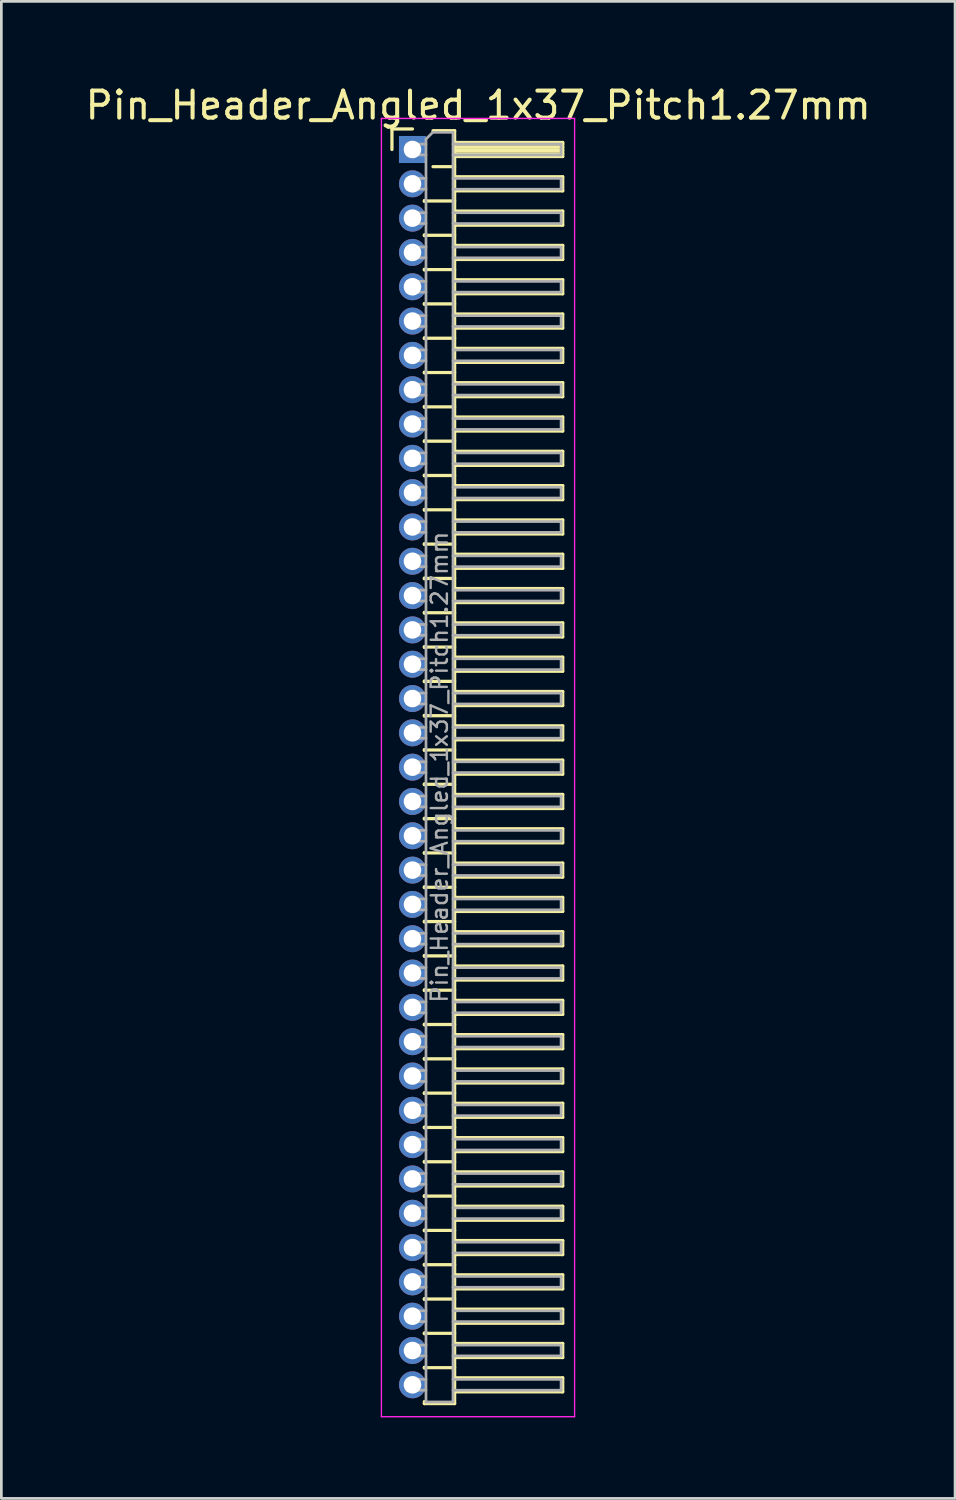
<source format=kicad_pcb>
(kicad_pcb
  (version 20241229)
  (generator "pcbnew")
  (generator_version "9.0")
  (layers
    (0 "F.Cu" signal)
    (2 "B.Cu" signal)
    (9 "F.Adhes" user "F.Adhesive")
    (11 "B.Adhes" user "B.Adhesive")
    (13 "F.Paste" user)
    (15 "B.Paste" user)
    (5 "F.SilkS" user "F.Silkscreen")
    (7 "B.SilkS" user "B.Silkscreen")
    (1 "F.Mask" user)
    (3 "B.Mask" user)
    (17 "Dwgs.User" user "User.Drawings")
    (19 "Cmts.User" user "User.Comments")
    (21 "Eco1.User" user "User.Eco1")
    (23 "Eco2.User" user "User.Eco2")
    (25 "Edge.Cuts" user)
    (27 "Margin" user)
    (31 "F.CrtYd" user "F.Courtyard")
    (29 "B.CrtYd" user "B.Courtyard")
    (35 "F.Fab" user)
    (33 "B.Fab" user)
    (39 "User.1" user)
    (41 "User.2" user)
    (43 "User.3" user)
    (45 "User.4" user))
  (footprint "Pin_Header_Angled_1x37_Pitch1.27mm"
    (layer "F.Cu")
    (at 12.216 2.483)
    (property "Reference" "Pin_Header_Angled_1x37_Pitch1.27mm" (at 2.433 -1.635 0) (layer "F.SilkS") (effects (font (size 1 1) (thickness 0.15))))
    (attr through_hole)
    (fp_line (start -0.76 -0.76) (end 0 -0.76) (stroke (width 0.12) (type solid)) (layer "F.SilkS"))
    (fp_line (start -0.76 0) (end -0.76 -0.76) (stroke (width 0.12) (type solid)) (layer "F.SilkS"))
    (fp_line (start 0.44 1.89) (end 0.44 1.92) (stroke (width 0.12) (type solid)) (layer "F.SilkS"))
    (fp_line (start 0.44 1.905) (end 1.56 1.905) (stroke (width 0.12) (type solid)) (layer "F.SilkS"))
    (fp_line (start 0.44 3.16) (end 0.44 3.19) (stroke (width 0.12) (type solid)) (layer "F.SilkS"))
    (fp_line (start 0.44 3.175) (end 1.56 3.175) (stroke (width 0.12) (type solid)) (layer "F.SilkS"))
    (fp_line (start 0.44 4.43) (end 0.44 4.46) (stroke (width 0.12) (type solid)) (layer "F.SilkS"))
    (fp_line (start 0.44 4.445) (end 1.56 4.445) (stroke (width 0.12) (type solid)) (layer "F.SilkS"))
    (fp_line (start 0.44 5.7) (end 0.44 5.73) (stroke (width 0.12) (type solid)) (layer "F.SilkS"))
    (fp_line (start 0.44 5.715) (end 1.56 5.715) (stroke (width 0.12) (type solid)) (layer "F.SilkS"))
    (fp_line (start 0.44 6.97) (end 0.44 7) (stroke (width 0.12) (type solid)) (layer "F.SilkS"))
    (fp_line (start 0.44 6.985) (end 1.56 6.985) (stroke (width 0.12) (type solid)) (layer "F.SilkS"))
    (fp_line (start 0.44 8.24) (end 0.44 8.27) (stroke (width 0.12) (type solid)) (layer "F.SilkS"))
    (fp_line (start 0.44 8.255) (end 1.56 8.255) (stroke (width 0.12) (type solid)) (layer "F.SilkS"))
    (fp_line (start 0.44 9.51) (end 0.44 9.54) (stroke (width 0.12) (type solid)) (layer "F.SilkS"))
    (fp_line (start 0.44 9.525) (end 1.56 9.525) (stroke (width 0.12) (type solid)) (layer "F.SilkS"))
    (fp_line (start 0.44 10.78) (end 0.44 10.81) (stroke (width 0.12) (type solid)) (layer "F.SilkS"))
    (fp_line (start 0.44 10.795) (end 1.56 10.795) (stroke (width 0.12) (type solid)) (layer "F.SilkS"))
    (fp_line (start 0.44 12.05) (end 0.44 12.08) (stroke (width 0.12) (type solid)) (layer "F.SilkS"))
    (fp_line (start 0.44 12.065) (end 1.56 12.065) (stroke (width 0.12) (type solid)) (layer "F.SilkS"))
    (fp_line (start 0.44 13.32) (end 0.44 13.35) (stroke (width 0.12) (type solid)) (layer "F.SilkS"))
    (fp_line (start 0.44 13.335) (end 1.56 13.335) (stroke (width 0.12) (type solid)) (layer "F.SilkS"))
    (fp_line (start 0.44 14.59) (end 0.44 14.62) (stroke (width 0.12) (type solid)) (layer "F.SilkS"))
    (fp_line (start 0.44 14.605) (end 1.56 14.605) (stroke (width 0.12) (type solid)) (layer "F.SilkS"))
    (fp_line (start 0.44 15.86) (end 0.44 15.89) (stroke (width 0.12) (type solid)) (layer "F.SilkS"))
    (fp_line (start 0.44 15.875) (end 1.56 15.875) (stroke (width 0.12) (type solid)) (layer "F.SilkS"))
    (fp_line (start 0.44 17.13) (end 0.44 17.16) (stroke (width 0.12) (type solid)) (layer "F.SilkS"))
    (fp_line (start 0.44 17.145) (end 1.56 17.145) (stroke (width 0.12) (type solid)) (layer "F.SilkS"))
    (fp_line (start 0.44 18.4) (end 0.44 18.43) (stroke (width 0.12) (type solid)) (layer "F.SilkS"))
    (fp_line (start 0.44 18.415) (end 1.56 18.415) (stroke (width 0.12) (type solid)) (layer "F.SilkS"))
    (fp_line (start 0.44 19.67) (end 0.44 19.7) (stroke (width 0.12) (type solid)) (layer "F.SilkS"))
    (fp_line (start 0.44 19.685) (end 1.56 19.685) (stroke (width 0.12) (type solid)) (layer "F.SilkS"))
    (fp_line (start 0.44 20.94) (end 0.44 20.97) (stroke (width 0.12) (type solid)) (layer "F.SilkS"))
    (fp_line (start 0.44 20.955) (end 1.56 20.955) (stroke (width 0.12) (type solid)) (layer "F.SilkS"))
    (fp_line (start 0.44 22.21) (end 0.44 22.24) (stroke (width 0.12) (type solid)) (layer "F.SilkS"))
    (fp_line (start 0.44 22.225) (end 1.56 22.225) (stroke (width 0.12) (type solid)) (layer "F.SilkS"))
    (fp_line (start 0.44 23.48) (end 0.44 23.51) (stroke (width 0.12) (type solid)) (layer "F.SilkS"))
    (fp_line (start 0.44 23.495) (end 1.56 23.495) (stroke (width 0.12) (type solid)) (layer "F.SilkS"))
    (fp_line (start 0.44 24.75) (end 0.44 24.78) (stroke (width 0.12) (type solid)) (layer "F.SilkS"))
    (fp_line (start 0.44 24.765) (end 1.56 24.765) (stroke (width 0.12) (type solid)) (layer "F.SilkS"))
    (fp_line (start 0.44 26.02) (end 0.44 26.05) (stroke (width 0.12) (type solid)) (layer "F.SilkS"))
    (fp_line (start 0.44 26.035) (end 1.56 26.035) (stroke (width 0.12) (type solid)) (layer "F.SilkS"))
    (fp_line (start 0.44 27.29) (end 0.44 27.32) (stroke (width 0.12) (type solid)) (layer "F.SilkS"))
    (fp_line (start 0.44 27.305) (end 1.56 27.305) (stroke (width 0.12) (type solid)) (layer "F.SilkS"))
    (fp_line (start 0.44 28.56) (end 0.44 28.59) (stroke (width 0.12) (type solid)) (layer "F.SilkS"))
    (fp_line (start 0.44 28.575) (end 1.56 28.575) (stroke (width 0.12) (type solid)) (layer "F.SilkS"))
    (fp_line (start 0.44 29.83) (end 0.44 29.86) (stroke (width 0.12) (type solid)) (layer "F.SilkS"))
    (fp_line (start 0.44 29.845) (end 1.56 29.845) (stroke (width 0.12) (type solid)) (layer "F.SilkS"))
    (fp_line (start 0.44 31.1) (end 0.44 31.13) (stroke (width 0.12) (type solid)) (layer "F.SilkS"))
    (fp_line (start 0.44 31.115) (end 1.56 31.115) (stroke (width 0.12) (type solid)) (layer "F.SilkS"))
    (fp_line (start 0.44 32.37) (end 0.44 32.4) (stroke (width 0.12) (type solid)) (layer "F.SilkS"))
    (fp_line (start 0.44 32.385) (end 1.56 32.385) (stroke (width 0.12) (type solid)) (layer "F.SilkS"))
    (fp_line (start 0.44 33.64) (end 0.44 33.67) (stroke (width 0.12) (type solid)) (layer "F.SilkS"))
    (fp_line (start 0.44 33.655) (end 1.56 33.655) (stroke (width 0.12) (type solid)) (layer "F.SilkS"))
    (fp_line (start 0.44 34.91) (end 0.44 34.94) (stroke (width 0.12) (type solid)) (layer "F.SilkS"))
    (fp_line (start 0.44 34.925) (end 1.56 34.925) (stroke (width 0.12) (type solid)) (layer "F.SilkS"))
    (fp_line (start 0.44 36.18) (end 0.44 36.21) (stroke (width 0.12) (type solid)) (layer "F.SilkS"))
    (fp_line (start 0.44 36.195) (end 1.56 36.195) (stroke (width 0.12) (type solid)) (layer "F.SilkS"))
    (fp_line (start 0.44 37.45) (end 0.44 37.48) (stroke (width 0.12) (type solid)) (layer "F.SilkS"))
    (fp_line (start 0.44 37.465) (end 1.56 37.465) (stroke (width 0.12) (type solid)) (layer "F.SilkS"))
    (fp_line (start 0.44 38.72) (end 0.44 38.75) (stroke (width 0.12) (type solid)) (layer "F.SilkS"))
    (fp_line (start 0.44 38.735) (end 1.56 38.735) (stroke (width 0.12) (type solid)) (layer "F.SilkS"))
    (fp_line (start 0.44 39.99) (end 0.44 40.02) (stroke (width 0.12) (type solid)) (layer "F.SilkS"))
    (fp_line (start 0.44 40.005) (end 1.56 40.005) (stroke (width 0.12) (type solid)) (layer "F.SilkS"))
    (fp_line (start 0.44 41.26) (end 0.44 41.29) (stroke (width 0.12) (type solid)) (layer "F.SilkS"))
    (fp_line (start 0.44 41.275) (end 1.56 41.275) (stroke (width 0.12) (type solid)) (layer "F.SilkS"))
    (fp_line (start 0.44 42.53) (end 0.44 42.56) (stroke (width 0.12) (type solid)) (layer "F.SilkS"))
    (fp_line (start 0.44 42.545) (end 1.56 42.545) (stroke (width 0.12) (type solid)) (layer "F.SilkS"))
    (fp_line (start 0.44 43.8) (end 0.44 43.83) (stroke (width 0.12) (type solid)) (layer "F.SilkS"))
    (fp_line (start 0.44 43.815) (end 1.56 43.815) (stroke (width 0.12) (type solid)) (layer "F.SilkS"))
    (fp_line (start 0.44 45.07) (end 0.44 45.1) (stroke (width 0.12) (type solid)) (layer "F.SilkS"))
    (fp_line (start 0.44 45.085) (end 1.56 45.085) (stroke (width 0.12) (type solid)) (layer "F.SilkS"))
    (fp_line (start 0.44 46.415) (end 0.44 46.34) (stroke (width 0.12) (type solid)) (layer "F.SilkS"))
    (fp_line (start 0.76 -0.695) (end 1.56 -0.695) (stroke (width 0.12) (type solid)) (layer "F.SilkS"))
    (fp_line (start 0.76 0.635) (end 1.56 0.635) (stroke (width 0.12) (type solid)) (layer "F.SilkS"))
    (fp_line (start 1.56 -0.695) (end 1.56 46.415) (stroke (width 0.12) (type solid)) (layer "F.SilkS"))
    (fp_line (start 1.56 -0.26) (end 5.56 -0.26) (stroke (width 0.12) (type solid)) (layer "F.SilkS"))
    (fp_line (start 1.56 -0.2) (end 5.56 -0.2) (stroke (width 0.12) (type solid)) (layer "F.SilkS"))
    (fp_line (start 1.56 -0.08) (end 5.56 -0.08) (stroke (width 0.12) (type solid)) (layer "F.SilkS"))
    (fp_line (start 1.56 0.04) (end 5.56 0.04) (stroke (width 0.12) (type solid)) (layer "F.SilkS"))
    (fp_line (start 1.56 0.16) (end 5.56 0.16) (stroke (width 0.12) (type solid)) (layer "F.SilkS"))
    (fp_line (start 1.56 1.01) (end 5.56 1.01) (stroke (width 0.12) (type solid)) (layer "F.SilkS"))
    (fp_line (start 1.56 2.28) (end 5.56 2.28) (stroke (width 0.12) (type solid)) (layer "F.SilkS"))
    (fp_line (start 1.56 3.55) (end 5.56 3.55) (stroke (width 0.12) (type solid)) (layer "F.SilkS"))
    (fp_line (start 1.56 4.82) (end 5.56 4.82) (stroke (width 0.12) (type solid)) (layer "F.SilkS"))
    (fp_line (start 1.56 6.09) (end 5.56 6.09) (stroke (width 0.12) (type solid)) (layer "F.SilkS"))
    (fp_line (start 1.56 7.36) (end 5.56 7.36) (stroke (width 0.12) (type solid)) (layer "F.SilkS"))
    (fp_line (start 1.56 8.63) (end 5.56 8.63) (stroke (width 0.12) (type solid)) (layer "F.SilkS"))
    (fp_line (start 1.56 9.9) (end 5.56 9.9) (stroke (width 0.12) (type solid)) (layer "F.SilkS"))
    (fp_line (start 1.56 11.17) (end 5.56 11.17) (stroke (width 0.12) (type solid)) (layer "F.SilkS"))
    (fp_line (start 1.56 12.44) (end 5.56 12.44) (stroke (width 0.12) (type solid)) (layer "F.SilkS"))
    (fp_line (start 1.56 13.71) (end 5.56 13.71) (stroke (width 0.12) (type solid)) (layer "F.SilkS"))
    (fp_line (start 1.56 14.98) (end 5.56 14.98) (stroke (width 0.12) (type solid)) (layer "F.SilkS"))
    (fp_line (start 1.56 16.25) (end 5.56 16.25) (stroke (width 0.12) (type solid)) (layer "F.SilkS"))
    (fp_line (start 1.56 17.52) (end 5.56 17.52) (stroke (width 0.12) (type solid)) (layer "F.SilkS"))
    (fp_line (start 1.56 18.79) (end 5.56 18.79) (stroke (width 0.12) (type solid)) (layer "F.SilkS"))
    (fp_line (start 1.56 20.06) (end 5.56 20.06) (stroke (width 0.12) (type solid)) (layer "F.SilkS"))
    (fp_line (start 1.56 21.33) (end 5.56 21.33) (stroke (width 0.12) (type solid)) (layer "F.SilkS"))
    (fp_line (start 1.56 22.6) (end 5.56 22.6) (stroke (width 0.12) (type solid)) (layer "F.SilkS"))
    (fp_line (start 1.56 23.87) (end 5.56 23.87) (stroke (width 0.12) (type solid)) (layer "F.SilkS"))
    (fp_line (start 1.56 25.14) (end 5.56 25.14) (stroke (width 0.12) (type solid)) (layer "F.SilkS"))
    (fp_line (start 1.56 26.41) (end 5.56 26.41) (stroke (width 0.12) (type solid)) (layer "F.SilkS"))
    (fp_line (start 1.56 27.68) (end 5.56 27.68) (stroke (width 0.12) (type solid)) (layer "F.SilkS"))
    (fp_line (start 1.56 28.95) (end 5.56 28.95) (stroke (width 0.12) (type solid)) (layer "F.SilkS"))
    (fp_line (start 1.56 30.22) (end 5.56 30.22) (stroke (width 0.12) (type solid)) (layer "F.SilkS"))
    (fp_line (start 1.56 31.49) (end 5.56 31.49) (stroke (width 0.12) (type solid)) (layer "F.SilkS"))
    (fp_line (start 1.56 32.76) (end 5.56 32.76) (stroke (width 0.12) (type solid)) (layer "F.SilkS"))
    (fp_line (start 1.56 34.03) (end 5.56 34.03) (stroke (width 0.12) (type solid)) (layer "F.SilkS"))
    (fp_line (start 1.56 35.3) (end 5.56 35.3) (stroke (width 0.12) (type solid)) (layer "F.SilkS"))
    (fp_line (start 1.56 36.57) (end 5.56 36.57) (stroke (width 0.12) (type solid)) (layer "F.SilkS"))
    (fp_line (start 1.56 37.84) (end 5.56 37.84) (stroke (width 0.12) (type solid)) (layer "F.SilkS"))
    (fp_line (start 1.56 39.11) (end 5.56 39.11) (stroke (width 0.12) (type solid)) (layer "F.SilkS"))
    (fp_line (start 1.56 40.38) (end 5.56 40.38) (stroke (width 0.12) (type solid)) (layer "F.SilkS"))
    (fp_line (start 1.56 41.65) (end 5.56 41.65) (stroke (width 0.12) (type solid)) (layer "F.SilkS"))
    (fp_line (start 1.56 42.92) (end 5.56 42.92) (stroke (width 0.12) (type solid)) (layer "F.SilkS"))
    (fp_line (start 1.56 44.19) (end 5.56 44.19) (stroke (width 0.12) (type solid)) (layer "F.SilkS"))
    (fp_line (start 1.56 45.46) (end 5.56 45.46) (stroke (width 0.12) (type solid)) (layer "F.SilkS"))
    (fp_line (start 1.56 46.415) (end 0.44 46.415) (stroke (width 0.12) (type solid)) (layer "F.SilkS"))
    (fp_line (start 5.56 -0.26) (end 5.56 0.26) (stroke (width 0.12) (type solid)) (layer "F.SilkS"))
    (fp_line (start 5.56 0.26) (end 1.56 0.26) (stroke (width 0.12) (type solid)) (layer "F.SilkS"))
    (fp_line (start 5.56 1.01) (end 5.56 1.53) (stroke (width 0.12) (type solid)) (layer "F.SilkS"))
    (fp_line (start 5.56 1.53) (end 1.56 1.53) (stroke (width 0.12) (type solid)) (layer "F.SilkS"))
    (fp_line (start 5.56 2.28) (end 5.56 2.8) (stroke (width 0.12) (type solid)) (layer "F.SilkS"))
    (fp_line (start 5.56 2.8) (end 1.56 2.8) (stroke (width 0.12) (type solid)) (layer "F.SilkS"))
    (fp_line (start 5.56 3.55) (end 5.56 4.07) (stroke (width 0.12) (type solid)) (layer "F.SilkS"))
    (fp_line (start 5.56 4.07) (end 1.56 4.07) (stroke (width 0.12) (type solid)) (layer "F.SilkS"))
    (fp_line (start 5.56 4.82) (end 5.56 5.34) (stroke (width 0.12) (type solid)) (layer "F.SilkS"))
    (fp_line (start 5.56 5.34) (end 1.56 5.34) (stroke (width 0.12) (type solid)) (layer "F.SilkS"))
    (fp_line (start 5.56 6.09) (end 5.56 6.61) (stroke (width 0.12) (type solid)) (layer "F.SilkS"))
    (fp_line (start 5.56 6.61) (end 1.56 6.61) (stroke (width 0.12) (type solid)) (layer "F.SilkS"))
    (fp_line (start 5.56 7.36) (end 5.56 7.88) (stroke (width 0.12) (type solid)) (layer "F.SilkS"))
    (fp_line (start 5.56 7.88) (end 1.56 7.88) (stroke (width 0.12) (type solid)) (layer "F.SilkS"))
    (fp_line (start 5.56 8.63) (end 5.56 9.15) (stroke (width 0.12) (type solid)) (layer "F.SilkS"))
    (fp_line (start 5.56 9.15) (end 1.56 9.15) (stroke (width 0.12) (type solid)) (layer "F.SilkS"))
    (fp_line (start 5.56 9.9) (end 5.56 10.42) (stroke (width 0.12) (type solid)) (layer "F.SilkS"))
    (fp_line (start 5.56 10.42) (end 1.56 10.42) (stroke (width 0.12) (type solid)) (layer "F.SilkS"))
    (fp_line (start 5.56 11.17) (end 5.56 11.69) (stroke (width 0.12) (type solid)) (layer "F.SilkS"))
    (fp_line (start 5.56 11.69) (end 1.56 11.69) (stroke (width 0.12) (type solid)) (layer "F.SilkS"))
    (fp_line (start 5.56 12.44) (end 5.56 12.96) (stroke (width 0.12) (type solid)) (layer "F.SilkS"))
    (fp_line (start 5.56 12.96) (end 1.56 12.96) (stroke (width 0.12) (type solid)) (layer "F.SilkS"))
    (fp_line (start 5.56 13.71) (end 5.56 14.23) (stroke (width 0.12) (type solid)) (layer "F.SilkS"))
    (fp_line (start 5.56 14.23) (end 1.56 14.23) (stroke (width 0.12) (type solid)) (layer "F.SilkS"))
    (fp_line (start 5.56 14.98) (end 5.56 15.5) (stroke (width 0.12) (type solid)) (layer "F.SilkS"))
    (fp_line (start 5.56 15.5) (end 1.56 15.5) (stroke (width 0.12) (type solid)) (layer "F.SilkS"))
    (fp_line (start 5.56 16.25) (end 5.56 16.77) (stroke (width 0.12) (type solid)) (layer "F.SilkS"))
    (fp_line (start 5.56 16.77) (end 1.56 16.77) (stroke (width 0.12) (type solid)) (layer "F.SilkS"))
    (fp_line (start 5.56 17.52) (end 5.56 18.04) (stroke (width 0.12) (type solid)) (layer "F.SilkS"))
    (fp_line (start 5.56 18.04) (end 1.56 18.04) (stroke (width 0.12) (type solid)) (layer "F.SilkS"))
    (fp_line (start 5.56 18.79) (end 5.56 19.31) (stroke (width 0.12) (type solid)) (layer "F.SilkS"))
    (fp_line (start 5.56 19.31) (end 1.56 19.31) (stroke (width 0.12) (type solid)) (layer "F.SilkS"))
    (fp_line (start 5.56 20.06) (end 5.56 20.58) (stroke (width 0.12) (type solid)) (layer "F.SilkS"))
    (fp_line (start 5.56 20.58) (end 1.56 20.58) (stroke (width 0.12) (type solid)) (layer "F.SilkS"))
    (fp_line (start 5.56 21.33) (end 5.56 21.85) (stroke (width 0.12) (type solid)) (layer "F.SilkS"))
    (fp_line (start 5.56 21.85) (end 1.56 21.85) (stroke (width 0.12) (type solid)) (layer "F.SilkS"))
    (fp_line (start 5.56 22.6) (end 5.56 23.12) (stroke (width 0.12) (type solid)) (layer "F.SilkS"))
    (fp_line (start 5.56 23.12) (end 1.56 23.12) (stroke (width 0.12) (type solid)) (layer "F.SilkS"))
    (fp_line (start 5.56 23.87) (end 5.56 24.39) (stroke (width 0.12) (type solid)) (layer "F.SilkS"))
    (fp_line (start 5.56 24.39) (end 1.56 24.39) (stroke (width 0.12) (type solid)) (layer "F.SilkS"))
    (fp_line (start 5.56 25.14) (end 5.56 25.66) (stroke (width 0.12) (type solid)) (layer "F.SilkS"))
    (fp_line (start 5.56 25.66) (end 1.56 25.66) (stroke (width 0.12) (type solid)) (layer "F.SilkS"))
    (fp_line (start 5.56 26.41) (end 5.56 26.93) (stroke (width 0.12) (type solid)) (layer "F.SilkS"))
    (fp_line (start 5.56 26.93) (end 1.56 26.93) (stroke (width 0.12) (type solid)) (layer "F.SilkS"))
    (fp_line (start 5.56 27.68) (end 5.56 28.2) (stroke (width 0.12) (type solid)) (layer "F.SilkS"))
    (fp_line (start 5.56 28.2) (end 1.56 28.2) (stroke (width 0.12) (type solid)) (layer "F.SilkS"))
    (fp_line (start 5.56 28.95) (end 5.56 29.47) (stroke (width 0.12) (type solid)) (layer "F.SilkS"))
    (fp_line (start 5.56 29.47) (end 1.56 29.47) (stroke (width 0.12) (type solid)) (layer "F.SilkS"))
    (fp_line (start 5.56 30.22) (end 5.56 30.74) (stroke (width 0.12) (type solid)) (layer "F.SilkS"))
    (fp_line (start 5.56 30.74) (end 1.56 30.74) (stroke (width 0.12) (type solid)) (layer "F.SilkS"))
    (fp_line (start 5.56 31.49) (end 5.56 32.01) (stroke (width 0.12) (type solid)) (layer "F.SilkS"))
    (fp_line (start 5.56 32.01) (end 1.56 32.01) (stroke (width 0.12) (type solid)) (layer "F.SilkS"))
    (fp_line (start 5.56 32.76) (end 5.56 33.28) (stroke (width 0.12) (type solid)) (layer "F.SilkS"))
    (fp_line (start 5.56 33.28) (end 1.56 33.28) (stroke (width 0.12) (type solid)) (layer "F.SilkS"))
    (fp_line (start 5.56 34.03) (end 5.56 34.55) (stroke (width 0.12) (type solid)) (layer "F.SilkS"))
    (fp_line (start 5.56 34.55) (end 1.56 34.55) (stroke (width 0.12) (type solid)) (layer "F.SilkS"))
    (fp_line (start 5.56 35.3) (end 5.56 35.82) (stroke (width 0.12) (type solid)) (layer "F.SilkS"))
    (fp_line (start 5.56 35.82) (end 1.56 35.82) (stroke (width 0.12) (type solid)) (layer "F.SilkS"))
    (fp_line (start 5.56 36.57) (end 5.56 37.09) (stroke (width 0.12) (type solid)) (layer "F.SilkS"))
    (fp_line (start 5.56 37.09) (end 1.56 37.09) (stroke (width 0.12) (type solid)) (layer "F.SilkS"))
    (fp_line (start 5.56 37.84) (end 5.56 38.36) (stroke (width 0.12) (type solid)) (layer "F.SilkS"))
    (fp_line (start 5.56 38.36) (end 1.56 38.36) (stroke (width 0.12) (type solid)) (layer "F.SilkS"))
    (fp_line (start 5.56 39.11) (end 5.56 39.63) (stroke (width 0.12) (type solid)) (layer "F.SilkS"))
    (fp_line (start 5.56 39.63) (end 1.56 39.63) (stroke (width 0.12) (type solid)) (layer "F.SilkS"))
    (fp_line (start 5.56 40.38) (end 5.56 40.9) (stroke (width 0.12) (type solid)) (layer "F.SilkS"))
    (fp_line (start 5.56 40.9) (end 1.56 40.9) (stroke (width 0.12) (type solid)) (layer "F.SilkS"))
    (fp_line (start 5.56 41.65) (end 5.56 42.17) (stroke (width 0.12) (type solid)) (layer "F.SilkS"))
    (fp_line (start 5.56 42.17) (end 1.56 42.17) (stroke (width 0.12) (type solid)) (layer "F.SilkS"))
    (fp_line (start 5.56 42.92) (end 5.56 43.44) (stroke (width 0.12) (type solid)) (layer "F.SilkS"))
    (fp_line (start 5.56 43.44) (end 1.56 43.44) (stroke (width 0.12) (type solid)) (layer "F.SilkS"))
    (fp_line (start 5.56 44.19) (end 5.56 44.71) (stroke (width 0.12) (type solid)) (layer "F.SilkS"))
    (fp_line (start 5.56 44.71) (end 1.56 44.71) (stroke (width 0.12) (type solid)) (layer "F.SilkS"))
    (fp_line (start 5.56 45.46) (end 5.56 45.98) (stroke (width 0.12) (type solid)) (layer "F.SilkS"))
    (fp_line (start 5.56 45.98) (end 1.56 45.98) (stroke (width 0.12) (type solid)) (layer "F.SilkS"))
    (fp_line (start -1.15 -1.15) (end -1.15 46.9) (stroke (width 0.05) (type solid)) (layer "F.CrtYd"))
    (fp_line (start -1.15 46.9) (end 6 46.9) (stroke (width 0.05) (type solid)) (layer "F.CrtYd"))
    (fp_line (start 6 -1.15) (end -1.15 -1.15) (stroke (width 0.05) (type solid)) (layer "F.CrtYd"))
    (fp_line (start 6 46.9) (end 6 -1.15) (stroke (width 0.05) (type solid)) (layer "F.CrtYd"))
    (fp_line (start -0.2 -0.2) (end -0.2 0.2) (stroke (width 0.1) (type solid)) (layer "F.Fab"))
    (fp_line (start -0.2 -0.2) (end 0.5 -0.2) (stroke (width 0.1) (type solid)) (layer "F.Fab"))
    (fp_line (start -0.2 0.2) (end 0.5 0.2) (stroke (width 0.1) (type solid)) (layer "F.Fab"))
    (fp_line (start -0.2 1.07) (end -0.2 1.47) (stroke (width 0.1) (type solid)) (layer "F.Fab"))
    (fp_line (start -0.2 1.07) (end 0.5 1.07) (stroke (width 0.1) (type solid)) (layer "F.Fab"))
    (fp_line (start -0.2 1.47) (end 0.5 1.47) (stroke (width 0.1) (type solid)) (layer "F.Fab"))
    (fp_line (start -0.2 2.34) (end -0.2 2.74) (stroke (width 0.1) (type solid)) (layer "F.Fab"))
    (fp_line (start -0.2 2.34) (end 0.5 2.34) (stroke (width 0.1) (type solid)) (layer "F.Fab"))
    (fp_line (start -0.2 2.74) (end 0.5 2.74) (stroke (width 0.1) (type solid)) (layer "F.Fab"))
    (fp_line (start -0.2 3.61) (end -0.2 4.01) (stroke (width 0.1) (type solid)) (layer "F.Fab"))
    (fp_line (start -0.2 3.61) (end 0.5 3.61) (stroke (width 0.1) (type solid)) (layer "F.Fab"))
    (fp_line (start -0.2 4.01) (end 0.5 4.01) (stroke (width 0.1) (type solid)) (layer "F.Fab"))
    (fp_line (start -0.2 4.88) (end -0.2 5.28) (stroke (width 0.1) (type solid)) (layer "F.Fab"))
    (fp_line (start -0.2 4.88) (end 0.5 4.88) (stroke (width 0.1) (type solid)) (layer "F.Fab"))
    (fp_line (start -0.2 5.28) (end 0.5 5.28) (stroke (width 0.1) (type solid)) (layer "F.Fab"))
    (fp_line (start -0.2 6.15) (end -0.2 6.55) (stroke (width 0.1) (type solid)) (layer "F.Fab"))
    (fp_line (start -0.2 6.15) (end 0.5 6.15) (stroke (width 0.1) (type solid)) (layer "F.Fab"))
    (fp_line (start -0.2 6.55) (end 0.5 6.55) (stroke (width 0.1) (type solid)) (layer "F.Fab"))
    (fp_line (start -0.2 7.42) (end -0.2 7.82) (stroke (width 0.1) (type solid)) (layer "F.Fab"))
    (fp_line (start -0.2 7.42) (end 0.5 7.42) (stroke (width 0.1) (type solid)) (layer "F.Fab"))
    (fp_line (start -0.2 7.82) (end 0.5 7.82) (stroke (width 0.1) (type solid)) (layer "F.Fab"))
    (fp_line (start -0.2 8.69) (end -0.2 9.09) (stroke (width 0.1) (type solid)) (layer "F.Fab"))
    (fp_line (start -0.2 8.69) (end 0.5 8.69) (stroke (width 0.1) (type solid)) (layer "F.Fab"))
    (fp_line (start -0.2 9.09) (end 0.5 9.09) (stroke (width 0.1) (type solid)) (layer "F.Fab"))
    (fp_line (start -0.2 9.96) (end -0.2 10.36) (stroke (width 0.1) (type solid)) (layer "F.Fab"))
    (fp_line (start -0.2 9.96) (end 0.5 9.96) (stroke (width 0.1) (type solid)) (layer "F.Fab"))
    (fp_line (start -0.2 10.36) (end 0.5 10.36) (stroke (width 0.1) (type solid)) (layer "F.Fab"))
    (fp_line (start -0.2 11.23) (end -0.2 11.63) (stroke (width 0.1) (type solid)) (layer "F.Fab"))
    (fp_line (start -0.2 11.23) (end 0.5 11.23) (stroke (width 0.1) (type solid)) (layer "F.Fab"))
    (fp_line (start -0.2 11.63) (end 0.5 11.63) (stroke (width 0.1) (type solid)) (layer "F.Fab"))
    (fp_line (start -0.2 12.5) (end -0.2 12.9) (stroke (width 0.1) (type solid)) (layer "F.Fab"))
    (fp_line (start -0.2 12.5) (end 0.5 12.5) (stroke (width 0.1) (type solid)) (layer "F.Fab"))
    (fp_line (start -0.2 12.9) (end 0.5 12.9) (stroke (width 0.1) (type solid)) (layer "F.Fab"))
    (fp_line (start -0.2 13.77) (end -0.2 14.17) (stroke (width 0.1) (type solid)) (layer "F.Fab"))
    (fp_line (start -0.2 13.77) (end 0.5 13.77) (stroke (width 0.1) (type solid)) (layer "F.Fab"))
    (fp_line (start -0.2 14.17) (end 0.5 14.17) (stroke (width 0.1) (type solid)) (layer "F.Fab"))
    (fp_line (start -0.2 15.04) (end -0.2 15.44) (stroke (width 0.1) (type solid)) (layer "F.Fab"))
    (fp_line (start -0.2 15.04) (end 0.5 15.04) (stroke (width 0.1) (type solid)) (layer "F.Fab"))
    (fp_line (start -0.2 15.44) (end 0.5 15.44) (stroke (width 0.1) (type solid)) (layer "F.Fab"))
    (fp_line (start -0.2 16.31) (end -0.2 16.71) (stroke (width 0.1) (type solid)) (layer "F.Fab"))
    (fp_line (start -0.2 16.31) (end 0.5 16.31) (stroke (width 0.1) (type solid)) (layer "F.Fab"))
    (fp_line (start -0.2 16.71) (end 0.5 16.71) (stroke (width 0.1) (type solid)) (layer "F.Fab"))
    (fp_line (start -0.2 17.58) (end -0.2 17.98) (stroke (width 0.1) (type solid)) (layer "F.Fab"))
    (fp_line (start -0.2 17.58) (end 0.5 17.58) (stroke (width 0.1) (type solid)) (layer "F.Fab"))
    (fp_line (start -0.2 17.98) (end 0.5 17.98) (stroke (width 0.1) (type solid)) (layer "F.Fab"))
    (fp_line (start -0.2 18.85) (end -0.2 19.25) (stroke (width 0.1) (type solid)) (layer "F.Fab"))
    (fp_line (start -0.2 18.85) (end 0.5 18.85) (stroke (width 0.1) (type solid)) (layer "F.Fab"))
    (fp_line (start -0.2 19.25) (end 0.5 19.25) (stroke (width 0.1) (type solid)) (layer "F.Fab"))
    (fp_line (start -0.2 20.12) (end -0.2 20.52) (stroke (width 0.1) (type solid)) (layer "F.Fab"))
    (fp_line (start -0.2 20.12) (end 0.5 20.12) (stroke (width 0.1) (type solid)) (layer "F.Fab"))
    (fp_line (start -0.2 20.52) (end 0.5 20.52) (stroke (width 0.1) (type solid)) (layer "F.Fab"))
    (fp_line (start -0.2 21.39) (end -0.2 21.79) (stroke (width 0.1) (type solid)) (layer "F.Fab"))
    (fp_line (start -0.2 21.39) (end 0.5 21.39) (stroke (width 0.1) (type solid)) (layer "F.Fab"))
    (fp_line (start -0.2 21.79) (end 0.5 21.79) (stroke (width 0.1) (type solid)) (layer "F.Fab"))
    (fp_line (start -0.2 22.66) (end -0.2 23.06) (stroke (width 0.1) (type solid)) (layer "F.Fab"))
    (fp_line (start -0.2 22.66) (end 0.5 22.66) (stroke (width 0.1) (type solid)) (layer "F.Fab"))
    (fp_line (start -0.2 23.06) (end 0.5 23.06) (stroke (width 0.1) (type solid)) (layer "F.Fab"))
    (fp_line (start -0.2 23.93) (end -0.2 24.33) (stroke (width 0.1) (type solid)) (layer "F.Fab"))
    (fp_line (start -0.2 23.93) (end 0.5 23.93) (stroke (width 0.1) (type solid)) (layer "F.Fab"))
    (fp_line (start -0.2 24.33) (end 0.5 24.33) (stroke (width 0.1) (type solid)) (layer "F.Fab"))
    (fp_line (start -0.2 25.2) (end -0.2 25.6) (stroke (width 0.1) (type solid)) (layer "F.Fab"))
    (fp_line (start -0.2 25.2) (end 0.5 25.2) (stroke (width 0.1) (type solid)) (layer "F.Fab"))
    (fp_line (start -0.2 25.6) (end 0.5 25.6) (stroke (width 0.1) (type solid)) (layer "F.Fab"))
    (fp_line (start -0.2 26.47) (end -0.2 26.87) (stroke (width 0.1) (type solid)) (layer "F.Fab"))
    (fp_line (start -0.2 26.47) (end 0.5 26.47) (stroke (width 0.1) (type solid)) (layer "F.Fab"))
    (fp_line (start -0.2 26.87) (end 0.5 26.87) (stroke (width 0.1) (type solid)) (layer "F.Fab"))
    (fp_line (start -0.2 27.74) (end -0.2 28.14) (stroke (width 0.1) (type solid)) (layer "F.Fab"))
    (fp_line (start -0.2 27.74) (end 0.5 27.74) (stroke (width 0.1) (type solid)) (layer "F.Fab"))
    (fp_line (start -0.2 28.14) (end 0.5 28.14) (stroke (width 0.1) (type solid)) (layer "F.Fab"))
    (fp_line (start -0.2 29.01) (end -0.2 29.41) (stroke (width 0.1) (type solid)) (layer "F.Fab"))
    (fp_line (start -0.2 29.01) (end 0.5 29.01) (stroke (width 0.1) (type solid)) (layer "F.Fab"))
    (fp_line (start -0.2 29.41) (end 0.5 29.41) (stroke (width 0.1) (type solid)) (layer "F.Fab"))
    (fp_line (start -0.2 30.28) (end -0.2 30.68) (stroke (width 0.1) (type solid)) (layer "F.Fab"))
    (fp_line (start -0.2 30.28) (end 0.5 30.28) (stroke (width 0.1) (type solid)) (layer "F.Fab"))
    (fp_line (start -0.2 30.68) (end 0.5 30.68) (stroke (width 0.1) (type solid)) (layer "F.Fab"))
    (fp_line (start -0.2 31.55) (end -0.2 31.95) (stroke (width 0.1) (type solid)) (layer "F.Fab"))
    (fp_line (start -0.2 31.55) (end 0.5 31.55) (stroke (width 0.1) (type solid)) (layer "F.Fab"))
    (fp_line (start -0.2 31.95) (end 0.5 31.95) (stroke (width 0.1) (type solid)) (layer "F.Fab"))
    (fp_line (start -0.2 32.82) (end -0.2 33.22) (stroke (width 0.1) (type solid)) (layer "F.Fab"))
    (fp_line (start -0.2 32.82) (end 0.5 32.82) (stroke (width 0.1) (type solid)) (layer "F.Fab"))
    (fp_line (start -0.2 33.22) (end 0.5 33.22) (stroke (width 0.1) (type solid)) (layer "F.Fab"))
    (fp_line (start -0.2 34.09) (end -0.2 34.49) (stroke (width 0.1) (type solid)) (layer "F.Fab"))
    (fp_line (start -0.2 34.09) (end 0.5 34.09) (stroke (width 0.1) (type solid)) (layer "F.Fab"))
    (fp_line (start -0.2 34.49) (end 0.5 34.49) (stroke (width 0.1) (type solid)) (layer "F.Fab"))
    (fp_line (start -0.2 35.36) (end -0.2 35.76) (stroke (width 0.1) (type solid)) (layer "F.Fab"))
    (fp_line (start -0.2 35.36) (end 0.5 35.36) (stroke (width 0.1) (type solid)) (layer "F.Fab"))
    (fp_line (start -0.2 35.76) (end 0.5 35.76) (stroke (width 0.1) (type solid)) (layer "F.Fab"))
    (fp_line (start -0.2 36.63) (end -0.2 37.03) (stroke (width 0.1) (type solid)) (layer "F.Fab"))
    (fp_line (start -0.2 36.63) (end 0.5 36.63) (stroke (width 0.1) (type solid)) (layer "F.Fab"))
    (fp_line (start -0.2 37.03) (end 0.5 37.03) (stroke (width 0.1) (type solid)) (layer "F.Fab"))
    (fp_line (start -0.2 37.9) (end -0.2 38.3) (stroke (width 0.1) (type solid)) (layer "F.Fab"))
    (fp_line (start -0.2 37.9) (end 0.5 37.9) (stroke (width 0.1) (type solid)) (layer "F.Fab"))
    (fp_line (start -0.2 38.3) (end 0.5 38.3) (stroke (width 0.1) (type solid)) (layer "F.Fab"))
    (fp_line (start -0.2 39.17) (end -0.2 39.57) (stroke (width 0.1) (type solid)) (layer "F.Fab"))
    (fp_line (start -0.2 39.17) (end 0.5 39.17) (stroke (width 0.1) (type solid)) (layer "F.Fab"))
    (fp_line (start -0.2 39.57) (end 0.5 39.57) (stroke (width 0.1) (type solid)) (layer "F.Fab"))
    (fp_line (start -0.2 40.44) (end -0.2 40.84) (stroke (width 0.1) (type solid)) (layer "F.Fab"))
    (fp_line (start -0.2 40.44) (end 0.5 40.44) (stroke (width 0.1) (type solid)) (layer "F.Fab"))
    (fp_line (start -0.2 40.84) (end 0.5 40.84) (stroke (width 0.1) (type solid)) (layer "F.Fab"))
    (fp_line (start -0.2 41.71) (end -0.2 42.11) (stroke (width 0.1) (type solid)) (layer "F.Fab"))
    (fp_line (start -0.2 41.71) (end 0.5 41.71) (stroke (width 0.1) (type solid)) (layer "F.Fab"))
    (fp_line (start -0.2 42.11) (end 0.5 42.11) (stroke (width 0.1) (type solid)) (layer "F.Fab"))
    (fp_line (start -0.2 42.98) (end -0.2 43.38) (stroke (width 0.1) (type solid)) (layer "F.Fab"))
    (fp_line (start -0.2 42.98) (end 0.5 42.98) (stroke (width 0.1) (type solid)) (layer "F.Fab"))
    (fp_line (start -0.2 43.38) (end 0.5 43.38) (stroke (width 0.1) (type solid)) (layer "F.Fab"))
    (fp_line (start -0.2 44.25) (end -0.2 44.65) (stroke (width 0.1) (type solid)) (layer "F.Fab"))
    (fp_line (start -0.2 44.25) (end 0.5 44.25) (stroke (width 0.1) (type solid)) (layer "F.Fab"))
    (fp_line (start -0.2 44.65) (end 0.5 44.65) (stroke (width 0.1) (type solid)) (layer "F.Fab"))
    (fp_line (start -0.2 45.52) (end -0.2 45.92) (stroke (width 0.1) (type solid)) (layer "F.Fab"))
    (fp_line (start -0.2 45.52) (end 0.5 45.52) (stroke (width 0.1) (type solid)) (layer "F.Fab"))
    (fp_line (start -0.2 45.92) (end 0.5 45.92) (stroke (width 0.1) (type solid)) (layer "F.Fab"))
    (fp_line (start 0.5 -0.385) (end 0.75 -0.635) (stroke (width 0.1) (type solid)) (layer "F.Fab"))
    (fp_line (start 0.5 46.355) (end 0.5 -0.385) (stroke (width 0.1) (type solid)) (layer "F.Fab"))
    (fp_line (start 0.75 -0.635) (end 1.5 -0.635) (stroke (width 0.1) (type solid)) (layer "F.Fab"))
    (fp_line (start 1.5 -0.635) (end 1.5 46.355) (stroke (width 0.1) (type solid)) (layer "F.Fab"))
    (fp_line (start 1.5 -0.2) (end 5.5 -0.2) (stroke (width 0.1) (type solid)) (layer "F.Fab"))
    (fp_line (start 1.5 0.2) (end 5.5 0.2) (stroke (width 0.1) (type solid)) (layer "F.Fab"))
    (fp_line (start 1.5 1.07) (end 5.5 1.07) (stroke (width 0.1) (type solid)) (layer "F.Fab"))
    (fp_line (start 1.5 1.47) (end 5.5 1.47) (stroke (width 0.1) (type solid)) (layer "F.Fab"))
    (fp_line (start 1.5 2.34) (end 5.5 2.34) (stroke (width 0.1) (type solid)) (layer "F.Fab"))
    (fp_line (start 1.5 2.74) (end 5.5 2.74) (stroke (width 0.1) (type solid)) (layer "F.Fab"))
    (fp_line (start 1.5 3.61) (end 5.5 3.61) (stroke (width 0.1) (type solid)) (layer "F.Fab"))
    (fp_line (start 1.5 4.01) (end 5.5 4.01) (stroke (width 0.1) (type solid)) (layer "F.Fab"))
    (fp_line (start 1.5 4.88) (end 5.5 4.88) (stroke (width 0.1) (type solid)) (layer "F.Fab"))
    (fp_line (start 1.5 5.28) (end 5.5 5.28) (stroke (width 0.1) (type solid)) (layer "F.Fab"))
    (fp_line (start 1.5 6.15) (end 5.5 6.15) (stroke (width 0.1) (type solid)) (layer "F.Fab"))
    (fp_line (start 1.5 6.55) (end 5.5 6.55) (stroke (width 0.1) (type solid)) (layer "F.Fab"))
    (fp_line (start 1.5 7.42) (end 5.5 7.42) (stroke (width 0.1) (type solid)) (layer "F.Fab"))
    (fp_line (start 1.5 7.82) (end 5.5 7.82) (stroke (width 0.1) (type solid)) (layer "F.Fab"))
    (fp_line (start 1.5 8.69) (end 5.5 8.69) (stroke (width 0.1) (type solid)) (layer "F.Fab"))
    (fp_line (start 1.5 9.09) (end 5.5 9.09) (stroke (width 0.1) (type solid)) (layer "F.Fab"))
    (fp_line (start 1.5 9.96) (end 5.5 9.96) (stroke (width 0.1) (type solid)) (layer "F.Fab"))
    (fp_line (start 1.5 10.36) (end 5.5 10.36) (stroke (width 0.1) (type solid)) (layer "F.Fab"))
    (fp_line (start 1.5 11.23) (end 5.5 11.23) (stroke (width 0.1) (type solid)) (layer "F.Fab"))
    (fp_line (start 1.5 11.63) (end 5.5 11.63) (stroke (width 0.1) (type solid)) (layer "F.Fab"))
    (fp_line (start 1.5 12.5) (end 5.5 12.5) (stroke (width 0.1) (type solid)) (layer "F.Fab"))
    (fp_line (start 1.5 12.9) (end 5.5 12.9) (stroke (width 0.1) (type solid)) (layer "F.Fab"))
    (fp_line (start 1.5 13.77) (end 5.5 13.77) (stroke (width 0.1) (type solid)) (layer "F.Fab"))
    (fp_line (start 1.5 14.17) (end 5.5 14.17) (stroke (width 0.1) (type solid)) (layer "F.Fab"))
    (fp_line (start 1.5 15.04) (end 5.5 15.04) (stroke (width 0.1) (type solid)) (layer "F.Fab"))
    (fp_line (start 1.5 15.44) (end 5.5 15.44) (stroke (width 0.1) (type solid)) (layer "F.Fab"))
    (fp_line (start 1.5 16.31) (end 5.5 16.31) (stroke (width 0.1) (type solid)) (layer "F.Fab"))
    (fp_line (start 1.5 16.71) (end 5.5 16.71) (stroke (width 0.1) (type solid)) (layer "F.Fab"))
    (fp_line (start 1.5 17.58) (end 5.5 17.58) (stroke (width 0.1) (type solid)) (layer "F.Fab"))
    (fp_line (start 1.5 17.98) (end 5.5 17.98) (stroke (width 0.1) (type solid)) (layer "F.Fab"))
    (fp_line (start 1.5 18.85) (end 5.5 18.85) (stroke (width 0.1) (type solid)) (layer "F.Fab"))
    (fp_line (start 1.5 19.25) (end 5.5 19.25) (stroke (width 0.1) (type solid)) (layer "F.Fab"))
    (fp_line (start 1.5 20.12) (end 5.5 20.12) (stroke (width 0.1) (type solid)) (layer "F.Fab"))
    (fp_line (start 1.5 20.52) (end 5.5 20.52) (stroke (width 0.1) (type solid)) (layer "F.Fab"))
    (fp_line (start 1.5 21.39) (end 5.5 21.39) (stroke (width 0.1) (type solid)) (layer "F.Fab"))
    (fp_line (start 1.5 21.79) (end 5.5 21.79) (stroke (width 0.1) (type solid)) (layer "F.Fab"))
    (fp_line (start 1.5 22.66) (end 5.5 22.66) (stroke (width 0.1) (type solid)) (layer "F.Fab"))
    (fp_line (start 1.5 23.06) (end 5.5 23.06) (stroke (width 0.1) (type solid)) (layer "F.Fab"))
    (fp_line (start 1.5 23.93) (end 5.5 23.93) (stroke (width 0.1) (type solid)) (layer "F.Fab"))
    (fp_line (start 1.5 24.33) (end 5.5 24.33) (stroke (width 0.1) (type solid)) (layer "F.Fab"))
    (fp_line (start 1.5 25.2) (end 5.5 25.2) (stroke (width 0.1) (type solid)) (layer "F.Fab"))
    (fp_line (start 1.5 25.6) (end 5.5 25.6) (stroke (width 0.1) (type solid)) (layer "F.Fab"))
    (fp_line (start 1.5 26.47) (end 5.5 26.47) (stroke (width 0.1) (type solid)) (layer "F.Fab"))
    (fp_line (start 1.5 26.87) (end 5.5 26.87) (stroke (width 0.1) (type solid)) (layer "F.Fab"))
    (fp_line (start 1.5 27.74) (end 5.5 27.74) (stroke (width 0.1) (type solid)) (layer "F.Fab"))
    (fp_line (start 1.5 28.14) (end 5.5 28.14) (stroke (width 0.1) (type solid)) (layer "F.Fab"))
    (fp_line (start 1.5 29.01) (end 5.5 29.01) (stroke (width 0.1) (type solid)) (layer "F.Fab"))
    (fp_line (start 1.5 29.41) (end 5.5 29.41) (stroke (width 0.1) (type solid)) (layer "F.Fab"))
    (fp_line (start 1.5 30.28) (end 5.5 30.28) (stroke (width 0.1) (type solid)) (layer "F.Fab"))
    (fp_line (start 1.5 30.68) (end 5.5 30.68) (stroke (width 0.1) (type solid)) (layer "F.Fab"))
    (fp_line (start 1.5 31.55) (end 5.5 31.55) (stroke (width 0.1) (type solid)) (layer "F.Fab"))
    (fp_line (start 1.5 31.95) (end 5.5 31.95) (stroke (width 0.1) (type solid)) (layer "F.Fab"))
    (fp_line (start 1.5 32.82) (end 5.5 32.82) (stroke (width 0.1) (type solid)) (layer "F.Fab"))
    (fp_line (start 1.5 33.22) (end 5.5 33.22) (stroke (width 0.1) (type solid)) (layer "F.Fab"))
    (fp_line (start 1.5 34.09) (end 5.5 34.09) (stroke (width 0.1) (type solid)) (layer "F.Fab"))
    (fp_line (start 1.5 34.49) (end 5.5 34.49) (stroke (width 0.1) (type solid)) (layer "F.Fab"))
    (fp_line (start 1.5 35.36) (end 5.5 35.36) (stroke (width 0.1) (type solid)) (layer "F.Fab"))
    (fp_line (start 1.5 35.76) (end 5.5 35.76) (stroke (width 0.1) (type solid)) (layer "F.Fab"))
    (fp_line (start 1.5 36.63) (end 5.5 36.63) (stroke (width 0.1) (type solid)) (layer "F.Fab"))
    (fp_line (start 1.5 37.03) (end 5.5 37.03) (stroke (width 0.1) (type solid)) (layer "F.Fab"))
    (fp_line (start 1.5 37.9) (end 5.5 37.9) (stroke (width 0.1) (type solid)) (layer "F.Fab"))
    (fp_line (start 1.5 38.3) (end 5.5 38.3) (stroke (width 0.1) (type solid)) (layer "F.Fab"))
    (fp_line (start 1.5 39.17) (end 5.5 39.17) (stroke (width 0.1) (type solid)) (layer "F.Fab"))
    (fp_line (start 1.5 39.57) (end 5.5 39.57) (stroke (width 0.1) (type solid)) (layer "F.Fab"))
    (fp_line (start 1.5 40.44) (end 5.5 40.44) (stroke (width 0.1) (type solid)) (layer "F.Fab"))
    (fp_line (start 1.5 40.84) (end 5.5 40.84) (stroke (width 0.1) (type solid)) (layer "F.Fab"))
    (fp_line (start 1.5 41.71) (end 5.5 41.71) (stroke (width 0.1) (type solid)) (layer "F.Fab"))
    (fp_line (start 1.5 42.11) (end 5.5 42.11) (stroke (width 0.1) (type solid)) (layer "F.Fab"))
    (fp_line (start 1.5 42.98) (end 5.5 42.98) (stroke (width 0.1) (type solid)) (layer "F.Fab"))
    (fp_line (start 1.5 43.38) (end 5.5 43.38) (stroke (width 0.1) (type solid)) (layer "F.Fab"))
    (fp_line (start 1.5 44.25) (end 5.5 44.25) (stroke (width 0.1) (type solid)) (layer "F.Fab"))
    (fp_line (start 1.5 44.65) (end 5.5 44.65) (stroke (width 0.1) (type solid)) (layer "F.Fab"))
    (fp_line (start 1.5 45.52) (end 5.5 45.52) (stroke (width 0.1) (type solid)) (layer "F.Fab"))
    (fp_line (start 1.5 45.92) (end 5.5 45.92) (stroke (width 0.1) (type solid)) (layer "F.Fab"))
    (fp_line (start 1.5 46.355) (end 0.5 46.355) (stroke (width 0.1) (type solid)) (layer "F.Fab"))
    (fp_line (start 5.5 -0.2) (end 5.5 0.2) (stroke (width 0.1) (type solid)) (layer "F.Fab"))
    (fp_line (start 5.5 1.07) (end 5.5 1.47) (stroke (width 0.1) (type solid)) (layer "F.Fab"))
    (fp_line (start 5.5 2.34) (end 5.5 2.74) (stroke (width 0.1) (type solid)) (layer "F.Fab"))
    (fp_line (start 5.5 3.61) (end 5.5 4.01) (stroke (width 0.1) (type solid)) (layer "F.Fab"))
    (fp_line (start 5.5 4.88) (end 5.5 5.28) (stroke (width 0.1) (type solid)) (layer "F.Fab"))
    (fp_line (start 5.5 6.15) (end 5.5 6.55) (stroke (width 0.1) (type solid)) (layer "F.Fab"))
    (fp_line (start 5.5 7.42) (end 5.5 7.82) (stroke (width 0.1) (type solid)) (layer "F.Fab"))
    (fp_line (start 5.5 8.69) (end 5.5 9.09) (stroke (width 0.1) (type solid)) (layer "F.Fab"))
    (fp_line (start 5.5 9.96) (end 5.5 10.36) (stroke (width 0.1) (type solid)) (layer "F.Fab"))
    (fp_line (start 5.5 11.23) (end 5.5 11.63) (stroke (width 0.1) (type solid)) (layer "F.Fab"))
    (fp_line (start 5.5 12.5) (end 5.5 12.9) (stroke (width 0.1) (type solid)) (layer "F.Fab"))
    (fp_line (start 5.5 13.77) (end 5.5 14.17) (stroke (width 0.1) (type solid)) (layer "F.Fab"))
    (fp_line (start 5.5 15.04) (end 5.5 15.44) (stroke (width 0.1) (type solid)) (layer "F.Fab"))
    (fp_line (start 5.5 16.31) (end 5.5 16.71) (stroke (width 0.1) (type solid)) (layer "F.Fab"))
    (fp_line (start 5.5 17.58) (end 5.5 17.98) (stroke (width 0.1) (type solid)) (layer "F.Fab"))
    (fp_line (start 5.5 18.85) (end 5.5 19.25) (stroke (width 0.1) (type solid)) (layer "F.Fab"))
    (fp_line (start 5.5 20.12) (end 5.5 20.52) (stroke (width 0.1) (type solid)) (layer "F.Fab"))
    (fp_line (start 5.5 21.39) (end 5.5 21.79) (stroke (width 0.1) (type solid)) (layer "F.Fab"))
    (fp_line (start 5.5 22.66) (end 5.5 23.06) (stroke (width 0.1) (type solid)) (layer "F.Fab"))
    (fp_line (start 5.5 23.93) (end 5.5 24.33) (stroke (width 0.1) (type solid)) (layer "F.Fab"))
    (fp_line (start 5.5 25.2) (end 5.5 25.6) (stroke (width 0.1) (type solid)) (layer "F.Fab"))
    (fp_line (start 5.5 26.47) (end 5.5 26.87) (stroke (width 0.1) (type solid)) (layer "F.Fab"))
    (fp_line (start 5.5 27.74) (end 5.5 28.14) (stroke (width 0.1) (type solid)) (layer "F.Fab"))
    (fp_line (start 5.5 29.01) (end 5.5 29.41) (stroke (width 0.1) (type solid)) (layer "F.Fab"))
    (fp_line (start 5.5 30.28) (end 5.5 30.68) (stroke (width 0.1) (type solid)) (layer "F.Fab"))
    (fp_line (start 5.5 31.55) (end 5.5 31.95) (stroke (width 0.1) (type solid)) (layer "F.Fab"))
    (fp_line (start 5.5 32.82) (end 5.5 33.22) (stroke (width 0.1) (type solid)) (layer "F.Fab"))
    (fp_line (start 5.5 34.09) (end 5.5 34.49) (stroke (width 0.1) (type solid)) (layer "F.Fab"))
    (fp_line (start 5.5 35.36) (end 5.5 35.76) (stroke (width 0.1) (type solid)) (layer "F.Fab"))
    (fp_line (start 5.5 36.63) (end 5.5 37.03) (stroke (width 0.1) (type solid)) (layer "F.Fab"))
    (fp_line (start 5.5 37.9) (end 5.5 38.3) (stroke (width 0.1) (type solid)) (layer "F.Fab"))
    (fp_line (start 5.5 39.17) (end 5.5 39.57) (stroke (width 0.1) (type solid)) (layer "F.Fab"))
    (fp_line (start 5.5 40.44) (end 5.5 40.84) (stroke (width 0.1) (type solid)) (layer "F.Fab"))
    (fp_line (start 5.5 41.71) (end 5.5 42.11) (stroke (width 0.1) (type solid)) (layer "F.Fab"))
    (fp_line (start 5.5 42.98) (end 5.5 43.38) (stroke (width 0.1) (type solid)) (layer "F.Fab"))
    (fp_line (start 5.5 44.25) (end 5.5 44.65) (stroke (width 0.1) (type solid)) (layer "F.Fab"))
    (fp_line (start 5.5 45.52) (end 5.5 45.92) (stroke (width 0.1) (type solid)) (layer "F.Fab"))
    (fp_text user "${REFERENCE}" (at 1 22.86 90) (layer "F.Fab") (effects (font (size 0.6 0.6) (thickness 0.09))))
    (pad "1" thru_hole rect (at 0 0) (size 1 1) (drill 0.65) (layers "*.Cu" "*.Mask"))
    (pad "2" thru_hole oval (at 0 1.27) (size 1 1) (drill 0.65) (layers "*.Cu" "*.Mask"))
    (pad "3" thru_hole oval (at 0 2.54) (size 1 1) (drill 0.65) (layers "*.Cu" "*.Mask"))
    (pad "4" thru_hole oval (at 0 3.81) (size 1 1) (drill 0.65) (layers "*.Cu" "*.Mask"))
    (pad "5" thru_hole oval (at 0 5.08) (size 1 1) (drill 0.65) (layers "*.Cu" "*.Mask"))
    (pad "6" thru_hole oval (at 0 6.35) (size 1 1) (drill 0.65) (layers "*.Cu" "*.Mask"))
    (pad "7" thru_hole oval (at 0 7.62) (size 1 1) (drill 0.65) (layers "*.Cu" "*.Mask"))
    (pad "8" thru_hole oval (at 0 8.89) (size 1 1) (drill 0.65) (layers "*.Cu" "*.Mask"))
    (pad "9" thru_hole oval (at 0 10.16) (size 1 1) (drill 0.65) (layers "*.Cu" "*.Mask"))
    (pad "10" thru_hole oval (at 0 11.43) (size 1 1) (drill 0.65) (layers "*.Cu" "*.Mask"))
    (pad "11" thru_hole oval (at 0 12.7) (size 1 1) (drill 0.65) (layers "*.Cu" "*.Mask"))
    (pad "12" thru_hole oval (at 0 13.97) (size 1 1) (drill 0.65) (layers "*.Cu" "*.Mask"))
    (pad "13" thru_hole oval (at 0 15.24) (size 1 1) (drill 0.65) (layers "*.Cu" "*.Mask"))
    (pad "14" thru_hole oval (at 0 16.51) (size 1 1) (drill 0.65) (layers "*.Cu" "*.Mask"))
    (pad "15" thru_hole oval (at 0 17.78) (size 1 1) (drill 0.65) (layers "*.Cu" "*.Mask"))
    (pad "16" thru_hole oval (at 0 19.05) (size 1 1) (drill 0.65) (layers "*.Cu" "*.Mask"))
    (pad "17" thru_hole oval (at 0 20.32) (size 1 1) (drill 0.65) (layers "*.Cu" "*.Mask"))
    (pad "18" thru_hole oval (at 0 21.59) (size 1 1) (drill 0.65) (layers "*.Cu" "*.Mask"))
    (pad "19" thru_hole oval (at 0 22.86) (size 1 1) (drill 0.65) (layers "*.Cu" "*.Mask"))
    (pad "20" thru_hole oval (at 0 24.13) (size 1 1) (drill 0.65) (layers "*.Cu" "*.Mask"))
    (pad "21" thru_hole oval (at 0 25.4) (size 1 1) (drill 0.65) (layers "*.Cu" "*.Mask"))
    (pad "22" thru_hole oval (at 0 26.67) (size 1 1) (drill 0.65) (layers "*.Cu" "*.Mask"))
    (pad "23" thru_hole oval (at 0 27.94) (size 1 1) (drill 0.65) (layers "*.Cu" "*.Mask"))
    (pad "24" thru_hole oval (at 0 29.21) (size 1 1) (drill 0.65) (layers "*.Cu" "*.Mask"))
    (pad "25" thru_hole oval (at 0 30.48) (size 1 1) (drill 0.65) (layers "*.Cu" "*.Mask"))
    (pad "26" thru_hole oval (at 0 31.75) (size 1 1) (drill 0.65) (layers "*.Cu" "*.Mask"))
    (pad "27" thru_hole oval (at 0 33.02) (size 1 1) (drill 0.65) (layers "*.Cu" "*.Mask"))
    (pad "28" thru_hole oval (at 0 34.29) (size 1 1) (drill 0.65) (layers "*.Cu" "*.Mask"))
    (pad "29" thru_hole oval (at 0 35.56) (size 1 1) (drill 0.65) (layers "*.Cu" "*.Mask"))
    (pad "30" thru_hole oval (at 0 36.83) (size 1 1) (drill 0.65) (layers "*.Cu" "*.Mask"))
    (pad "31" thru_hole oval (at 0 38.1) (size 1 1) (drill 0.65) (layers "*.Cu" "*.Mask"))
    (pad "32" thru_hole oval (at 0 39.37) (size 1 1) (drill 0.65) (layers "*.Cu" "*.Mask"))
    (pad "33" thru_hole oval (at 0 40.64) (size 1 1) (drill 0.65) (layers "*.Cu" "*.Mask"))
    (pad "34" thru_hole oval (at 0 41.91) (size 1 1) (drill 0.65) (layers "*.Cu" "*.Mask"))
    (pad "35" thru_hole oval (at 0 43.18) (size 1 1) (drill 0.65) (layers "*.Cu" "*.Mask"))
    (pad "36" thru_hole oval (at 0 44.45) (size 1 1) (drill 0.65) (layers "*.Cu" "*.Mask"))
    (pad "37" thru_hole oval (at 0 45.72) (size 1 1) (drill 0.65) (layers "*.Cu" "*.Mask")))
  (gr_rect
    (start -3 -3)
    (end 32.298 52.408)
    (stroke (width 0.1) (type default))
    (fill no)
    (layer "Edge.Cuts")))
</source>
